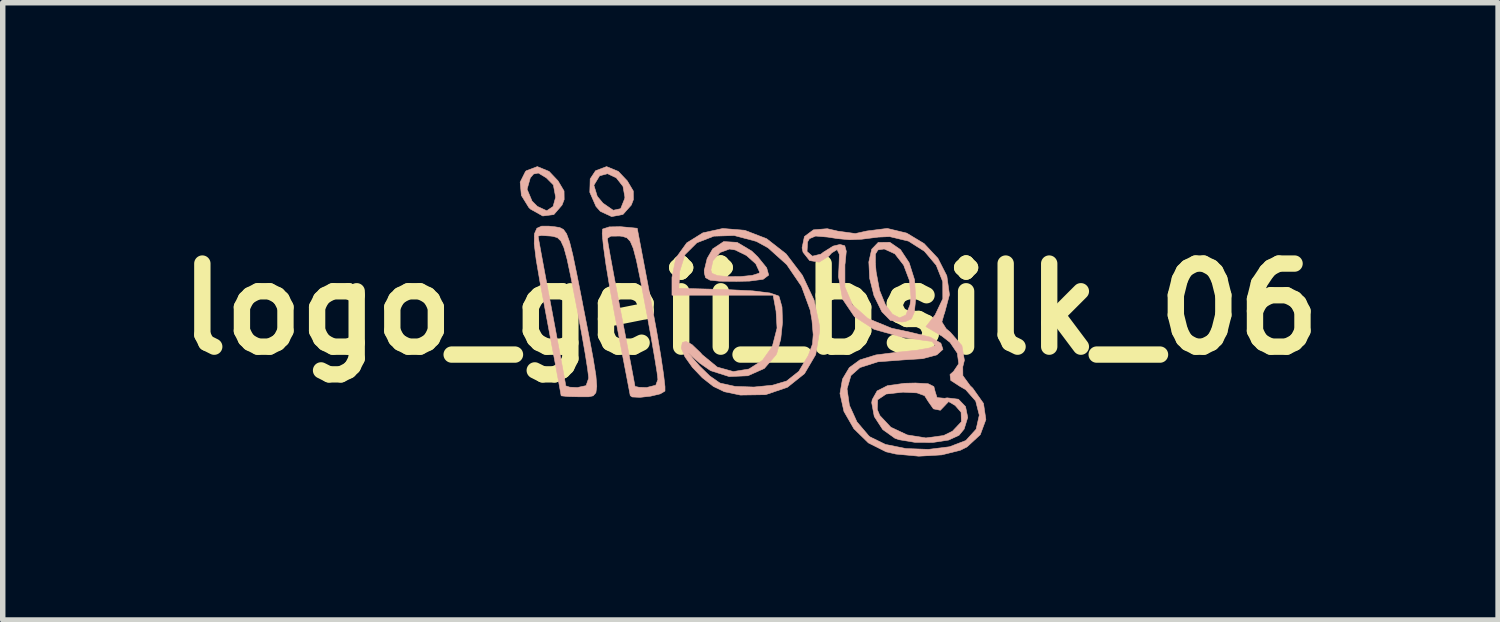
<source format=kicad_pcb>
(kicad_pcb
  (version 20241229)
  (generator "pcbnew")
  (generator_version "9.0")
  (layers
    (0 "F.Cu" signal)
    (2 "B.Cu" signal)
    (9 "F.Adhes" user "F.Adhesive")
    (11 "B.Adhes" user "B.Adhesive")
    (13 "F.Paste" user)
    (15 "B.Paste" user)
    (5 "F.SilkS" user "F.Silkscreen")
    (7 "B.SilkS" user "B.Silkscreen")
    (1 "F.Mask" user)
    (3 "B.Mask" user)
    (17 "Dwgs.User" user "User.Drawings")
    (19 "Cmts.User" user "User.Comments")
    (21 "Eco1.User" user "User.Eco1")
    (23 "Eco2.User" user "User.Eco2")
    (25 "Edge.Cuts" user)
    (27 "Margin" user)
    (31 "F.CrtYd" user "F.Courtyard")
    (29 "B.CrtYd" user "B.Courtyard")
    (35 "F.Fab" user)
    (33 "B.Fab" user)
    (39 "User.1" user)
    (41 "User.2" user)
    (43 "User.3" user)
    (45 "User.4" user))
  (footprint "logo_geii_bsilk_06"
    (layer "F.Cu")
    (at 10.712 2.618)
    (property "Reference" "logo_geii_bsilk_06" (at 0 0 0) (layer "F.SilkS") (effects (font (size 1.524 1.524) (thickness 0.3))))
    (attr through_hole)
    (fp_poly (pts (xy -2.423 -2.525) (xy -2.259 -2.352) (xy -2.148 -2.165) (xy -2.146 -2.008) (xy -2.185 -1.907) (xy -2.338 -1.735) (xy -2.545 -1.696) (xy -2.752 -1.792) (xy -2.832 -1.882) (xy -2.946 -2.142) (xy -2.942 -2.271) (xy -2.871 -2.271) (xy -2.809 -2.068) (xy -2.704 -1.942) (xy -2.516 -1.812) (xy -2.38 -1.841) (xy -2.306 -2.025) (xy -2.302 -2.052) (xy -2.337 -2.25) (xy -2.46 -2.407) (xy -2.622 -2.483) (xy -2.767 -2.443) (xy -2.871 -2.271) (xy -2.942 -2.271) (xy -2.939 -2.387) (xy -2.84 -2.537) (xy -2.638 -2.613) (xy -2.423 -2.525)) (stroke (width 0.01) (type solid)) (fill yes) (layer "B.SilkS"))
    (fp_poly (pts (xy -3.693 -2.525) (xy -3.529 -2.352) (xy -3.418 -2.165) (xy -3.416 -2.008) (xy -3.455 -1.907) (xy -3.605 -1.733) (xy -3.808 -1.707) (xy -4.033 -1.833) (xy -4.064 -1.863) (xy -4.201 -2.085) (xy -4.211 -2.198) (xy -4.096 -2.198) (xy -4.005 -1.981) (xy -3.907 -1.883) (xy -3.735 -1.803) (xy -3.619 -1.881) (xy -3.572 -2.052) (xy -3.614 -2.277) (xy -3.742 -2.406) (xy -3.89 -2.495) (xy -3.977 -2.477) (xy -4.037 -2.406) (xy -4.096 -2.198) (xy -4.211 -2.198) (xy -4.223 -2.327) (xy -4.126 -2.522) (xy -4.11 -2.537) (xy -3.908 -2.613) (xy -3.693 -2.525)) (stroke (width 0.01) (type solid)) (fill yes) (layer "B.SilkS"))
    (fp_poly (pts (xy -0.243 -1.223) (xy 0.025 -1.063) (xy 0.134 -0.958) (xy 0.298 -0.756) (xy 0.335 -0.623) (xy 0.233 -0.546) (xy -0.018 -0.513) (xy -0.254 -0.508) (xy -0.564 -0.511) (xy -0.741 -0.53) (xy -0.823 -0.576) (xy -0.846 -0.663) (xy -0.847 -0.71) (xy -0.845 -0.717) (xy -0.726 -0.717) (xy -0.705 -0.656) (xy -0.605 -0.614) (xy -0.408 -0.595) (xy -0.176 -0.597) (xy 0.033 -0.618) (xy 0.157 -0.657) (xy 0.169 -0.677) (xy 0.098 -0.83) (xy -0.072 -0.982) (xy -0.279 -1.084) (xy -0.384 -1.101) (xy -0.558 -1.037) (xy -0.687 -0.888) (xy -0.726 -0.717) (xy -0.845 -0.717) (xy -0.794 -0.927) (xy -0.692 -1.104) (xy -0.49 -1.238) (xy -0.243 -1.223)) (stroke (width 0.01) (type solid)) (fill yes) (layer "B.SilkS"))
    (fp_poly (pts (xy 2.752 -1.09) (xy 2.911 -0.849) (xy 3.011 -0.533) (xy 3.031 -0.186) (xy 3.006 0.058) (xy 2.952 0.18) (xy 2.841 0.229) (xy 2.778 0.238) (xy 2.566 0.208) (xy 2.41 0.049) (xy 2.266 -0.245) (xy 2.186 -0.564) (xy 2.173 -0.833) (xy 2.292 -0.833) (xy 2.305 -0.682) (xy 2.368 -0.344) (xy 2.475 -0.08) (xy 2.604 0.093) (xy 2.735 0.161) (xy 2.849 0.11) (xy 2.926 -0.074) (xy 2.944 -0.212) (xy 2.917 -0.523) (xy 2.81 -0.806) (xy 2.649 -1.013) (xy 2.459 -1.1) (xy 2.446 -1.101) (xy 2.339 -1.085) (xy 2.293 -1.01) (xy 2.292 -0.833) (xy 2.173 -0.833) (xy 2.171 -0.863) (xy 2.224 -1.098) (xy 2.343 -1.222) (xy 2.556 -1.225) (xy 2.752 -1.09)) (stroke (width 0.01) (type solid)) (fill yes) (layer "B.SilkS"))
    (fp_poly (pts (xy 3.259 1.369) (xy 3.364 1.421) (xy 3.387 1.512) (xy 3.422 1.623) (xy 3.559 1.636) (xy 3.607 1.628) (xy 3.814 1.653) (xy 3.945 1.789) (xy 3.985 1.987) (xy 3.919 2.201) (xy 3.825 2.315) (xy 3.635 2.402) (xy 3.346 2.446) (xy 3.022 2.445) (xy 2.727 2.396) (xy 2.651 2.37) (xy 2.426 2.209) (xy 2.271 1.97) (xy 2.247 1.842) (xy 2.326 1.842) (xy 2.373 1.952) (xy 2.575 2.167) (xy 2.876 2.308) (xy 3.218 2.363) (xy 3.543 2.319) (xy 3.706 2.239) (xy 3.869 2.066) (xy 3.863 1.892) (xy 3.754 1.767) (xy 3.635 1.697) (xy 3.578 1.756) (xy 3.578 1.757) (xy 3.483 1.856) (xy 3.356 1.83) (xy 3.26 1.693) (xy 3.194 1.588) (xy 3.054 1.537) (xy 2.797 1.524) (xy 2.489 1.558) (xy 2.333 1.663) (xy 2.326 1.842) (xy 2.247 1.842) (xy 2.224 1.717) (xy 2.233 1.662) (xy 2.323 1.501) (xy 2.512 1.405) (xy 2.827 1.361) (xy 3.027 1.356) (xy 3.259 1.369)) (stroke (width 0.01) (type solid)) (fill yes) (layer "B.SilkS"))
    (fp_poly (pts (xy -2.361 -1.509) (xy -2.076 -1.482) (xy -1.803 -0.042) (xy -1.715 0.435) (xy -1.644 0.858) (xy -1.593 1.198) (xy -1.567 1.423) (xy -1.567 1.503) (xy -1.653 1.555) (xy -1.829 1.597) (xy -2.024 1.619) (xy -2.169 1.612) (xy -2.204 1.587) (xy -2.22 1.502) (xy -2.263 1.277) (xy -2.328 0.939) (xy -2.409 0.515) (xy -2.492 0.085) (xy -2.58 -0.396) (xy -2.65 -0.82) (xy -2.697 -1.159) (xy -2.71 -1.297) (xy -2.624 -1.297) (xy -2.609 -1.194) (xy -2.567 -0.955) (xy -2.503 -0.609) (xy -2.423 -0.188) (xy -2.371 0.085) (xy -2.284 0.533) (xy -2.211 0.917) (xy -2.155 1.211) (xy -2.123 1.384) (xy -2.117 1.418) (xy -2.044 1.434) (xy -1.905 1.439) (xy -1.736 1.396) (xy -1.697 1.291) (xy -1.713 1.158) (xy -1.756 0.893) (xy -1.819 0.529) (xy -1.897 0.1) (xy -1.932 -0.085) (xy -2.022 -0.56) (xy -2.091 -0.894) (xy -2.148 -1.112) (xy -2.203 -1.241) (xy -2.264 -1.306) (xy -2.342 -1.332) (xy -2.394 -1.339) (xy -2.561 -1.337) (xy -2.624 -1.297) (xy -2.71 -1.297) (xy -2.718 -1.384) (xy -2.712 -1.467) (xy -2.59 -1.507) (xy -2.381 -1.511) (xy -2.361 -1.509)) (stroke (width 0.01) (type solid)) (fill yes) (layer "B.SilkS"))
    (fp_poly (pts (xy -3.697 -1.521) (xy -3.585 -1.509) (xy -3.497 -1.495) (xy -3.429 -1.46) (xy -3.372 -1.381) (xy -3.317 -1.233) (xy -3.257 -0.992) (xy -3.183 -0.635) (xy -3.085 -0.139) (xy -3.075 -0.085) (xy -2.963 0.487) (xy -2.883 0.914) (xy -2.834 1.216) (xy -2.818 1.416) (xy -2.834 1.534) (xy -2.884 1.591) (xy -2.969 1.609) (xy -3.089 1.609) (xy -3.133 1.609) (xy -3.345 1.604) (xy -3.463 1.592) (xy -3.472 1.587) (xy -3.487 1.502) (xy -3.528 1.276) (xy -3.591 0.937) (xy -3.671 0.512) (xy -3.756 0.056) (xy -3.86 -0.5) (xy -3.93 -0.911) (xy -3.965 -1.197) (xy -3.962 -1.339) (xy -3.894 -1.339) (xy -3.879 -1.251) (xy -3.838 -1.025) (xy -3.776 -0.69) (xy -3.698 -0.274) (xy -3.64 0.032) (xy -3.555 0.487) (xy -3.482 0.88) (xy -3.426 1.182) (xy -3.393 1.366) (xy -3.387 1.408) (xy -3.314 1.432) (xy -3.175 1.439) (xy -3.014 1.404) (xy -2.968 1.272) (xy -2.968 1.249) (xy -2.986 1.099) (xy -3.03 0.819) (xy -3.096 0.445) (xy -3.176 0.013) (xy -3.203 -0.127) (xy -3.294 -0.592) (xy -3.363 -0.917) (xy -3.421 -1.128) (xy -3.477 -1.25) (xy -3.54 -1.31) (xy -3.622 -1.334) (xy -3.663 -1.339) (xy -3.831 -1.35) (xy -3.894 -1.339) (xy -3.962 -1.339) (xy -3.961 -1.381) (xy -3.916 -1.482) (xy -3.829 -1.521) (xy -3.697 -1.521)) (stroke (width 0.01) (type solid)) (fill yes) (layer "B.SilkS"))
    (fp_poly (pts (xy -0.102 -1.444) (xy 0.298 -1.29) (xy 0.654 -1.012) (xy 0.953 -0.619) (xy 1.168 -0.163) (xy 1.267 0.305) (xy 1.27 0.4) (xy 1.197 0.835) (xy 0.992 1.184) (xy 0.679 1.434) (xy 0.279 1.57) (xy -0.185 1.577) (xy -0.478 1.516) (xy -0.679 1.419) (xy -0.882 1.26) (xy -1.064 1.069) (xy -1.201 0.876) (xy -1.27 0.714) (xy -1.248 0.612) (xy -1.18 0.593) (xy -1.071 0.652) (xy -0.917 0.799) (xy -0.885 0.836) (xy -0.608 1.064) (xy -0.313 1.146) (xy -0.027 1.099) (xy 0.221 0.94) (xy 0.402 0.684) (xy 0.488 0.349) (xy 0.47 0.037) (xy 0.416 -0.254) (xy -1.439 -0.254) (xy -1.439 -0.381) (xy -1.312 -0.381) (xy -0.426 -0.357) (xy 0.042 -0.334) (xy 0.358 -0.295) (xy 0.513 -0.242) (xy 0.525 -0.23) (xy 0.579 -0.038) (xy 0.588 0.246) (xy 0.556 0.55) (xy 0.486 0.803) (xy 0.47 0.839) (xy 0.255 1.089) (xy -0.046 1.223) (xy -0.389 1.238) (xy -0.731 1.129) (xy -0.927 0.994) (xy -1.143 0.804) (xy -0.931 1.046) (xy -0.745 1.227) (xy -0.569 1.35) (xy -0.55 1.359) (xy -0.281 1.418) (xy 0.064 1.43) (xy 0.406 1.396) (xy 0.663 1.32) (xy 0.663 1.32) (xy 0.888 1.141) (xy 1.061 0.851) (xy 1.138 0.642) (xy 1.151 0.469) (xy 1.128 0.204) (xy 1.096 0.019) (xy 0.936 -0.418) (xy 0.665 -0.816) (xy 0.322 -1.124) (xy 0.109 -1.241) (xy -0.298 -1.349) (xy -0.671 -1.337) (xy -0.982 -1.216) (xy -1.2 -0.999) (xy -1.296 -0.696) (xy -1.298 -0.676) (xy -1.312 -0.381) (xy -1.439 -0.381) (xy -1.439 -0.581) (xy -1.367 -0.937) (xy -1.168 -1.214) (xy -0.872 -1.398) (xy -0.507 -1.478) (xy -0.102 -1.444)) (stroke (width 0.01) (type solid)) (fill yes) (layer "B.SilkS"))
    (fp_poly (pts (xy 2.866 -1.393) (xy 3.185 -1.201) (xy 3.438 -0.931) (xy 3.602 -0.609) (xy 3.65 -0.263) (xy 3.558 0.081) (xy 3.551 0.095) (xy 3.511 0.236) (xy 3.59 0.361) (xy 3.667 0.426) (xy 3.878 0.669) (xy 3.924 0.939) (xy 3.894 1.059) (xy 3.896 1.222) (xy 4.03 1.406) (xy 4.077 1.451) (xy 4.274 1.73) (xy 4.318 2.026) (xy 4.215 2.304) (xy 3.972 2.528) (xy 3.848 2.59) (xy 3.508 2.674) (xy 3.088 2.698) (xy 2.667 2.659) (xy 2.489 2.618) (xy 2.164 2.455) (xy 1.897 2.194) (xy 1.715 1.878) (xy 1.642 1.549) (xy 1.688 1.284) (xy 1.813 1.074) (xy 2.007 0.932) (xy 2.301 0.841) (xy 2.728 0.787) (xy 2.762 0.785) (xy 3.063 0.753) (xy 3.284 0.713) (xy 3.385 0.671) (xy 3.387 0.665) (xy 3.331 0.593) (xy 3.323 0.592) (xy 3.211 0.579) (xy 2.986 0.546) (xy 2.77 0.512) (xy 2.268 0.372) (xy 1.908 0.14) (xy 1.69 -0.182) (xy 1.615 -0.595) (xy 1.623 -0.759) (xy 1.631 -1.003) (xy 1.589 -1.091) (xy 1.49 -1.03) (xy 1.436 -0.97) (xy 1.261 -0.86) (xy 1.085 -0.89) (xy 0.965 -1.042) (xy 0.962 -1.055) (xy 1.038 -1.055) (xy 1.136 -0.97) (xy 1.293 -1.008) (xy 1.338 -1.043) (xy 1.517 -1.155) (xy 1.642 -1.185) (xy 1.73 -1.161) (xy 1.758 -1.061) (xy 1.737 -0.841) (xy 1.733 -0.815) (xy 1.733 -0.404) (xy 1.873 -0.076) (xy 2.157 0.174) (xy 2.589 0.351) (xy 2.942 0.427) (xy 3.298 0.515) (xy 3.492 0.625) (xy 3.531 0.739) (xy 3.418 0.84) (xy 3.158 0.91) (xy 2.82 0.931) (xy 2.339 0.967) (xy 2.008 1.073) (xy 1.843 1.219) (xy 1.772 1.463) (xy 1.815 1.764) (xy 1.953 2.068) (xy 2.17 2.324) (xy 2.197 2.346) (xy 2.476 2.482) (xy 2.853 2.558) (xy 3.265 2.573) (xy 3.651 2.525) (xy 3.949 2.411) (xy 3.952 2.409) (xy 4.139 2.203) (xy 4.197 1.945) (xy 4.131 1.686) (xy 3.946 1.477) (xy 3.854 1.425) (xy 3.673 1.308) (xy 3.66 1.2) (xy 3.725 1.143) (xy 3.82 1.002) (xy 3.794 0.809) (xy 3.661 0.612) (xy 3.514 0.497) (xy 3.218 0.322) (xy 3.387 0.107) (xy 3.528 -0.189) (xy 3.527 -0.502) (xy 3.408 -0.803) (xy 3.191 -1.06) (xy 2.899 -1.246) (xy 2.552 -1.329) (xy 2.347 -1.32) (xy 2.041 -1.281) (xy 1.819 -1.271) (xy 1.597 -1.292) (xy 1.419 -1.32) (xy 1.196 -1.339) (xy 1.082 -1.291) (xy 1.048 -1.231) (xy 1.038 -1.055) (xy 0.962 -1.055) (xy 0.947 -1.122) (xy 0.99 -1.33) (xy 1.155 -1.453) (xy 1.409 -1.474) (xy 1.603 -1.429) (xy 1.923 -1.385) (xy 2.136 -1.432) (xy 2.509 -1.479) (xy 2.866 -1.393)) (stroke (width 0.01) (type solid)) (fill yes) (layer "B.SilkS")))
  (gr_rect
    (start -3 -3)
    (end 24.423 8.32)
    (stroke (width 0.1) (type default))
    (fill no)
    (layer "Edge.Cuts")))
</source>
